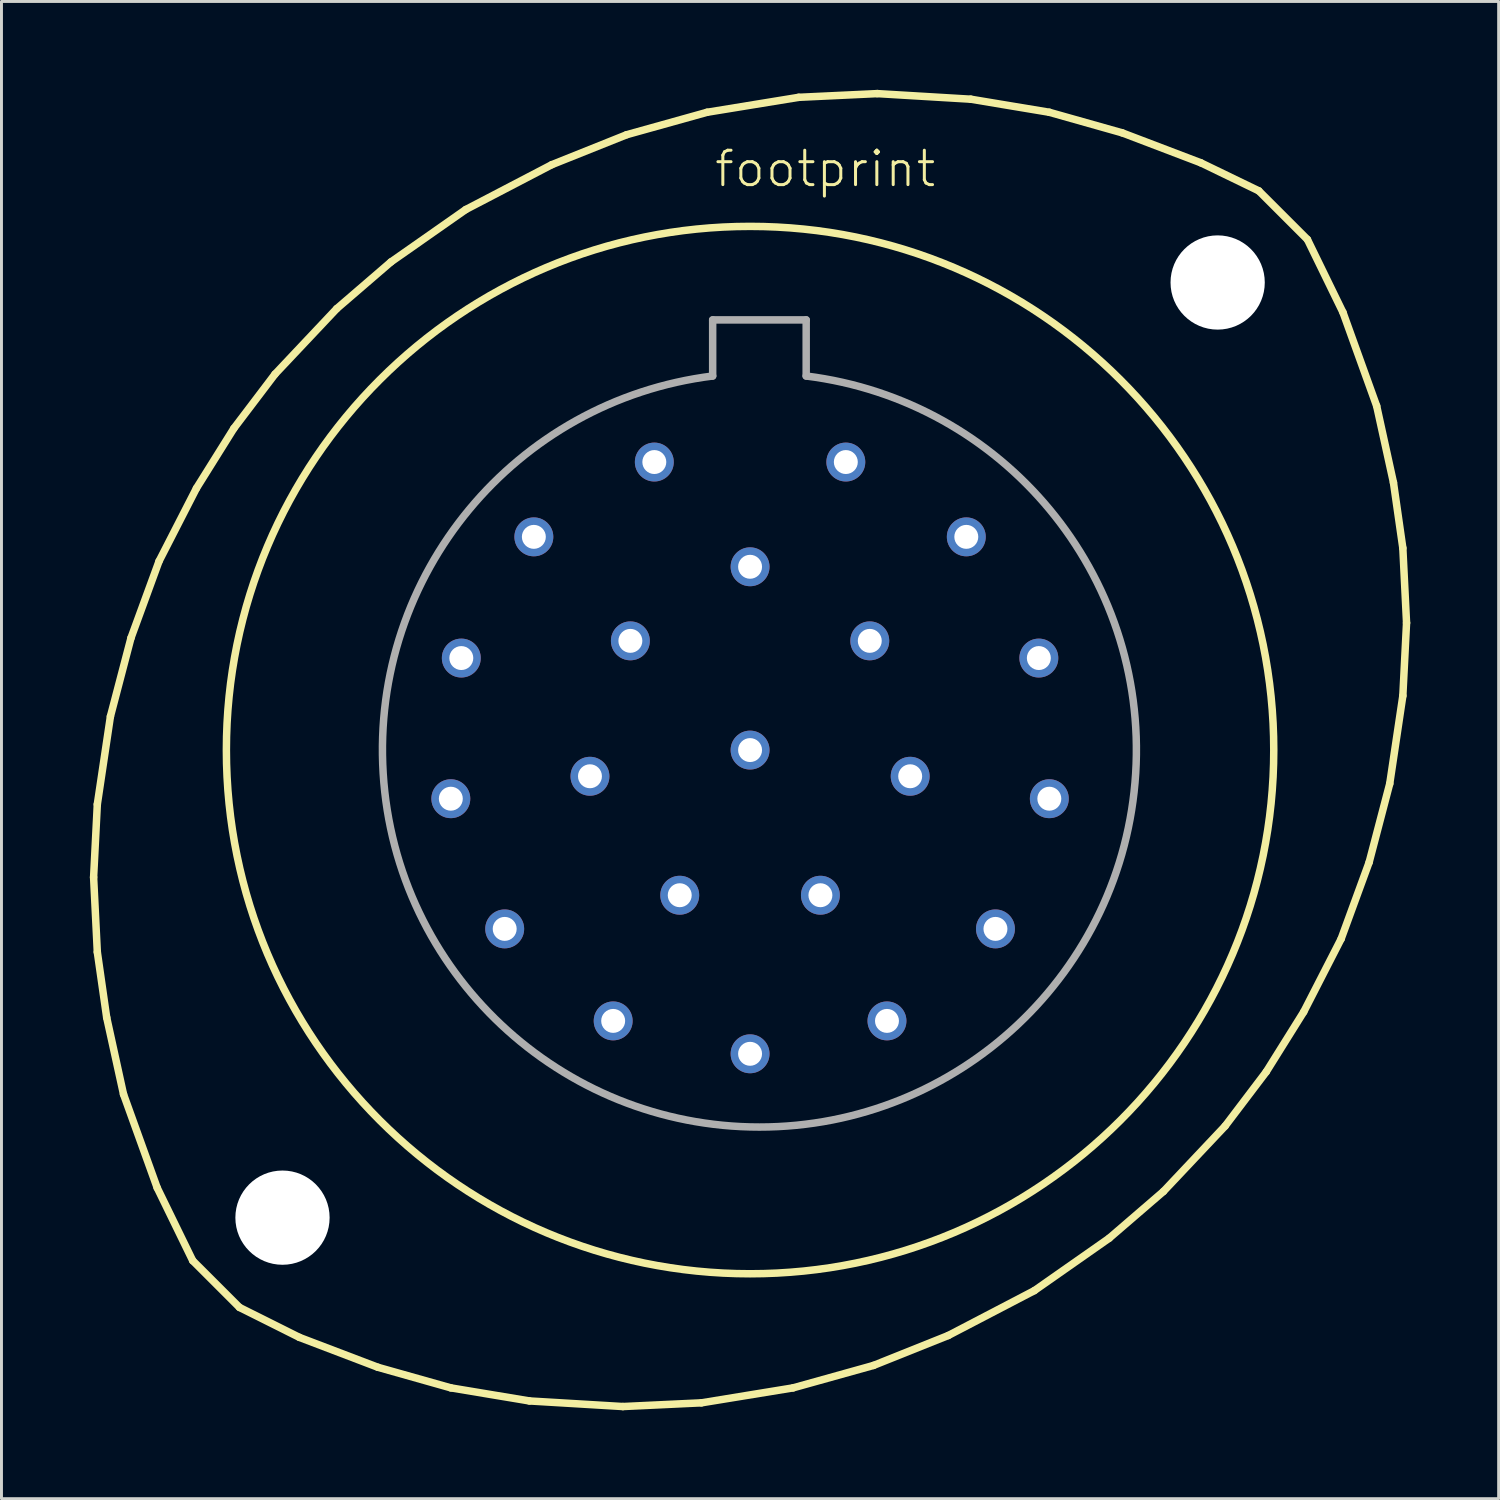
<source format=kicad_pcb>
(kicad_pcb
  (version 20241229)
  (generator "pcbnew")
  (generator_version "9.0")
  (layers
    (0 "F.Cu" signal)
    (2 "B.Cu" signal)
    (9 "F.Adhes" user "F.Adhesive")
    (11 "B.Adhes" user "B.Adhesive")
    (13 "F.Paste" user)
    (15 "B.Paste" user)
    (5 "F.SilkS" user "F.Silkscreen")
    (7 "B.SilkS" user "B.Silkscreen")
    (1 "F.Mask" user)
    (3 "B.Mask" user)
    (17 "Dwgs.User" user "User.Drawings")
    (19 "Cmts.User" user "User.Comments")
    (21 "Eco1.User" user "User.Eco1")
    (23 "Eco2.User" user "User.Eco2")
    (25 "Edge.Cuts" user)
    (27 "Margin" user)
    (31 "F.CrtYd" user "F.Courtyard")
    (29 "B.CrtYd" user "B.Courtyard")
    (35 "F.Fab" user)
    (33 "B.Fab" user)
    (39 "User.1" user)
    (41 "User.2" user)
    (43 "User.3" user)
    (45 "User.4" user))
  (footprint "footprint"
    (layer "F.Cu")
    (at 22.416 22.416)
    (property "Reference" "footprint" (at -1.27 -19.05 0) (layer "F.SilkS") (effects (font (size 1.168 1.168) (thickness 0.102)) (justify left bottom)))
    (fp_line (start -22.288 4.318) (end -22.162 1.841) (stroke (width 0.254) (type solid)) (layer "F.SilkS"))
    (fp_line (start -22.162 1.841) (end -21.717 -1.143) (stroke (width 0.254) (type solid)) (layer "F.SilkS"))
    (fp_line (start -22.162 6.858) (end -22.288 4.318) (stroke (width 0.254) (type solid)) (layer "F.SilkS"))
    (fp_line (start -21.844 9.081) (end -22.162 6.858) (stroke (width 0.254) (type solid)) (layer "F.SilkS"))
    (fp_line (start -21.717 -1.143) (end -21.018 -3.81) (stroke (width 0.254) (type solid)) (layer "F.SilkS"))
    (fp_line (start -21.273 11.684) (end -21.844 9.081) (stroke (width 0.254) (type solid)) (layer "F.SilkS"))
    (fp_line (start -21.018 -3.81) (end -20.066 -6.413) (stroke (width 0.254) (type solid)) (layer "F.SilkS"))
    (fp_line (start -20.13 14.859) (end -21.273 11.684) (stroke (width 0.254) (type solid)) (layer "F.SilkS"))
    (fp_line (start -20.066 -6.413) (end -18.796 -8.89) (stroke (width 0.254) (type solid)) (layer "F.SilkS"))
    (fp_line (start -18.923 17.335) (end -20.13 14.859) (stroke (width 0.254) (type solid)) (layer "F.SilkS"))
    (fp_line (start -18.923 17.335) (end -17.335 18.923) (stroke (width 0.254) (type solid)) (layer "F.SilkS"))
    (fp_line (start -18.796 -8.89) (end -17.526 -10.922) (stroke (width 0.254) (type solid)) (layer "F.SilkS"))
    (fp_line (start -17.526 -10.922) (end -16.129 -12.764) (stroke (width 0.254) (type solid)) (layer "F.SilkS"))
    (fp_line (start -16.129 -12.764) (end -14.034 -14.986) (stroke (width 0.254) (type solid)) (layer "F.SilkS"))
    (fp_line (start -15.303 19.939) (end -17.335 18.923) (stroke (width 0.254) (type solid)) (layer "F.SilkS"))
    (fp_line (start -14.034 -14.986) (end -12.192 -16.573) (stroke (width 0.254) (type solid)) (layer "F.SilkS"))
    (fp_line (start -12.636 20.955) (end -15.303 19.939) (stroke (width 0.254) (type solid)) (layer "F.SilkS"))
    (fp_line (start -12.192 -16.573) (end -9.652 -18.352) (stroke (width 0.254) (type solid)) (layer "F.SilkS"))
    (fp_line (start -10.16 21.654) (end -12.636 20.955) (stroke (width 0.254) (type solid)) (layer "F.SilkS"))
    (fp_line (start -9.652 -18.352) (end -6.731 -19.875) (stroke (width 0.254) (type solid)) (layer "F.SilkS"))
    (fp_line (start -7.493 22.098) (end -10.16 21.654) (stroke (width 0.254) (type solid)) (layer "F.SilkS"))
    (fp_line (start -6.731 -19.875) (end -4.191 -20.892) (stroke (width 0.254) (type solid)) (layer "F.SilkS"))
    (fp_line (start -4.318 22.288) (end -7.493 22.098) (stroke (width 0.254) (type solid)) (layer "F.SilkS"))
    (fp_line (start -4.191 -20.892) (end -1.46 -21.654) (stroke (width 0.254) (type solid)) (layer "F.SilkS"))
    (fp_line (start -1.651 22.162) (end -4.318 22.288) (stroke (width 0.254) (type solid)) (layer "F.SilkS"))
    (fp_line (start -1.46 -21.654) (end 1.651 -22.162) (stroke (width 0.254) (type solid)) (layer "F.SilkS"))
    (fp_line (start 1.46 21.654) (end -1.651 22.162) (stroke (width 0.254) (type solid)) (layer "F.SilkS"))
    (fp_line (start 1.651 -22.162) (end 4.318 -22.288) (stroke (width 0.254) (type solid)) (layer "F.SilkS"))
    (fp_line (start 4.191 20.892) (end 1.46 21.654) (stroke (width 0.254) (type solid)) (layer "F.SilkS"))
    (fp_line (start 4.318 -22.288) (end 7.493 -22.098) (stroke (width 0.254) (type solid)) (layer "F.SilkS"))
    (fp_line (start 6.731 19.875) (end 4.191 20.892) (stroke (width 0.254) (type solid)) (layer "F.SilkS"))
    (fp_line (start 7.493 -22.098) (end 10.16 -21.654) (stroke (width 0.254) (type solid)) (layer "F.SilkS"))
    (fp_line (start 9.652 18.352) (end 6.731 19.875) (stroke (width 0.254) (type solid)) (layer "F.SilkS"))
    (fp_line (start 10.16 -21.654) (end 12.636 -20.955) (stroke (width 0.254) (type solid)) (layer "F.SilkS"))
    (fp_line (start 12.192 16.573) (end 9.652 18.352) (stroke (width 0.254) (type solid)) (layer "F.SilkS"))
    (fp_line (start 12.636 -20.955) (end 15.303 -19.939) (stroke (width 0.254) (type solid)) (layer "F.SilkS"))
    (fp_line (start 14.034 14.986) (end 12.192 16.573) (stroke (width 0.254) (type solid)) (layer "F.SilkS"))
    (fp_line (start 15.303 -19.939) (end 17.272 -18.986) (stroke (width 0.254) (type solid)) (layer "F.SilkS"))
    (fp_line (start 16.129 12.764) (end 14.034 14.986) (stroke (width 0.254) (type solid)) (layer "F.SilkS"))
    (fp_line (start 17.526 10.922) (end 16.129 12.764) (stroke (width 0.254) (type solid)) (layer "F.SilkS"))
    (fp_line (start 18.796 8.89) (end 17.526 10.922) (stroke (width 0.254) (type solid)) (layer "F.SilkS"))
    (fp_line (start 18.923 -17.335) (end 17.272 -18.986) (stroke (width 0.254) (type solid)) (layer "F.SilkS"))
    (fp_line (start 18.923 -17.335) (end 20.13 -14.859) (stroke (width 0.254) (type solid)) (layer "F.SilkS"))
    (fp_line (start 20.066 6.413) (end 18.796 8.89) (stroke (width 0.254) (type solid)) (layer "F.SilkS"))
    (fp_line (start 20.13 -14.859) (end 21.273 -11.684) (stroke (width 0.254) (type solid)) (layer "F.SilkS"))
    (fp_line (start 21.018 3.81) (end 20.066 6.413) (stroke (width 0.254) (type solid)) (layer "F.SilkS"))
    (fp_line (start 21.273 -11.684) (end 21.844 -9.081) (stroke (width 0.254) (type solid)) (layer "F.SilkS"))
    (fp_line (start 21.717 1.143) (end 21.018 3.81) (stroke (width 0.254) (type solid)) (layer "F.SilkS"))
    (fp_line (start 21.844 -9.081) (end 22.162 -6.858) (stroke (width 0.254) (type solid)) (layer "F.SilkS"))
    (fp_line (start 22.162 -6.858) (end 22.288 -4.318) (stroke (width 0.254) (type solid)) (layer "F.SilkS"))
    (fp_line (start 22.162 -1.841) (end 21.717 1.143) (stroke (width 0.254) (type solid)) (layer "F.SilkS"))
    (fp_line (start 22.288 -4.318) (end 22.162 -1.841) (stroke (width 0.254) (type solid)) (layer "F.SilkS"))
    (fp_circle (center 0 0) (end 17.78 0) (stroke (width 0.254) (type solid)) (fill no) (layer "F.SilkS"))
    (fp_line (start -1.27 -14.605) (end 1.905 -14.605) (stroke (width 0.254) (type solid)) (layer "F.Fab"))
    (fp_line (start -1.27 -12.7) (end -1.27 -14.605) (stroke (width 0.254) (type solid)) (layer "F.Fab"))
    (fp_line (start 1.905 -14.605) (end 1.905 -12.7) (stroke (width 0.254) (type solid)) (layer "F.Fab"))
    (fp_arc (start 1.905 -12.7) (mid 0.3175 12.798834) (end -1.27 -12.7) (stroke (width 0.254) (type solid)) (layer "F.Fab"))
    (pad "" np_thru_hole circle (at -15.875 15.875) (size 3.2 3.2) (drill 3.2) (layers "*.Cu" "*.Mask"))
    (pad "" np_thru_hole circle (at 15.875 -15.875) (size 3.2 3.2) (drill 3.2) (layers "*.Cu" "*.Mask"))
    (pad "A" thru_hole circle (at 3.251 -9.779) (size 1.321 1.321) (drill 0.813) (layers "*.Cu" "*.Mask"))
    (pad "B" thru_hole circle (at 7.341 -7.239) (size 1.321 1.321) (drill 0.813) (layers "*.Cu" "*.Mask"))
    (pad "C" thru_hole circle (at 9.804 -3.124) (size 1.321 1.321) (drill 0.813) (layers "*.Cu" "*.Mask"))
    (pad "D" thru_hole circle (at 10.16 1.651) (size 1.321 1.321) (drill 0.813) (layers "*.Cu" "*.Mask"))
    (pad "E" thru_hole circle (at 8.331 6.071) (size 1.321 1.321) (drill 0.813) (layers "*.Cu" "*.Mask"))
    (pad "F" thru_hole circle (at 4.648 9.195) (size 1.321 1.321) (drill 0.813) (layers "*.Cu" "*.Mask"))
    (pad "G" thru_hole circle (at 0 10.312) (size 1.321 1.321) (drill 0.813) (layers "*.Cu" "*.Mask"))
    (pad "H" thru_hole circle (at -4.648 9.195) (size 1.321 1.321) (drill 0.813) (layers "*.Cu" "*.Mask"))
    (pad "J" thru_hole circle (at -8.331 6.071) (size 1.321 1.321) (drill 0.813) (layers "*.Cu" "*.Mask"))
    (pad "K" thru_hole circle (at -10.16 1.651) (size 1.321 1.321) (drill 0.813) (layers "*.Cu" "*.Mask"))
    (pad "L" thru_hole circle (at -9.804 -3.124) (size 1.321 1.321) (drill 0.813) (layers "*.Cu" "*.Mask"))
    (pad "M" thru_hole circle (at -7.341 -7.239) (size 1.321 1.321) (drill 0.813) (layers "*.Cu" "*.Mask"))
    (pad "N" thru_hole circle (at -3.251 -9.779) (size 1.321 1.321) (drill 0.813) (layers "*.Cu" "*.Mask"))
    (pad "P" thru_hole circle (at 0 -6.223) (size 1.321 1.321) (drill 0.813) (layers "*.Cu" "*.Mask"))
    (pad "R" thru_hole circle (at 4.064 -3.708) (size 1.321 1.321) (drill 0.813) (layers "*.Cu" "*.Mask"))
    (pad "S" thru_hole circle (at 5.436 0.889) (size 1.321 1.321) (drill 0.813) (layers "*.Cu" "*.Mask"))
    (pad "T" thru_hole circle (at 2.388 4.928) (size 1.321 1.321) (drill 0.813) (layers "*.Cu" "*.Mask"))
    (pad "U" thru_hole circle (at -2.388 4.928) (size 1.321 1.321) (drill 0.813) (layers "*.Cu" "*.Mask"))
    (pad "V" thru_hole circle (at -5.436 0.889) (size 1.321 1.321) (drill 0.813) (layers "*.Cu" "*.Mask"))
    (pad "W" thru_hole circle (at -4.064 -3.708) (size 1.321 1.321) (drill 0.813) (layers "*.Cu" "*.Mask"))
    (pad "X" thru_hole circle (at 0 0) (size 1.321 1.321) (drill 0.813) (layers "*.Cu" "*.Mask")))
  (gr_rect
    (start -3 -3)
    (end 47.831 47.831)
    (stroke (width 0.1) (type default))
    (fill no)
    (layer "Edge.Cuts")))
</source>
